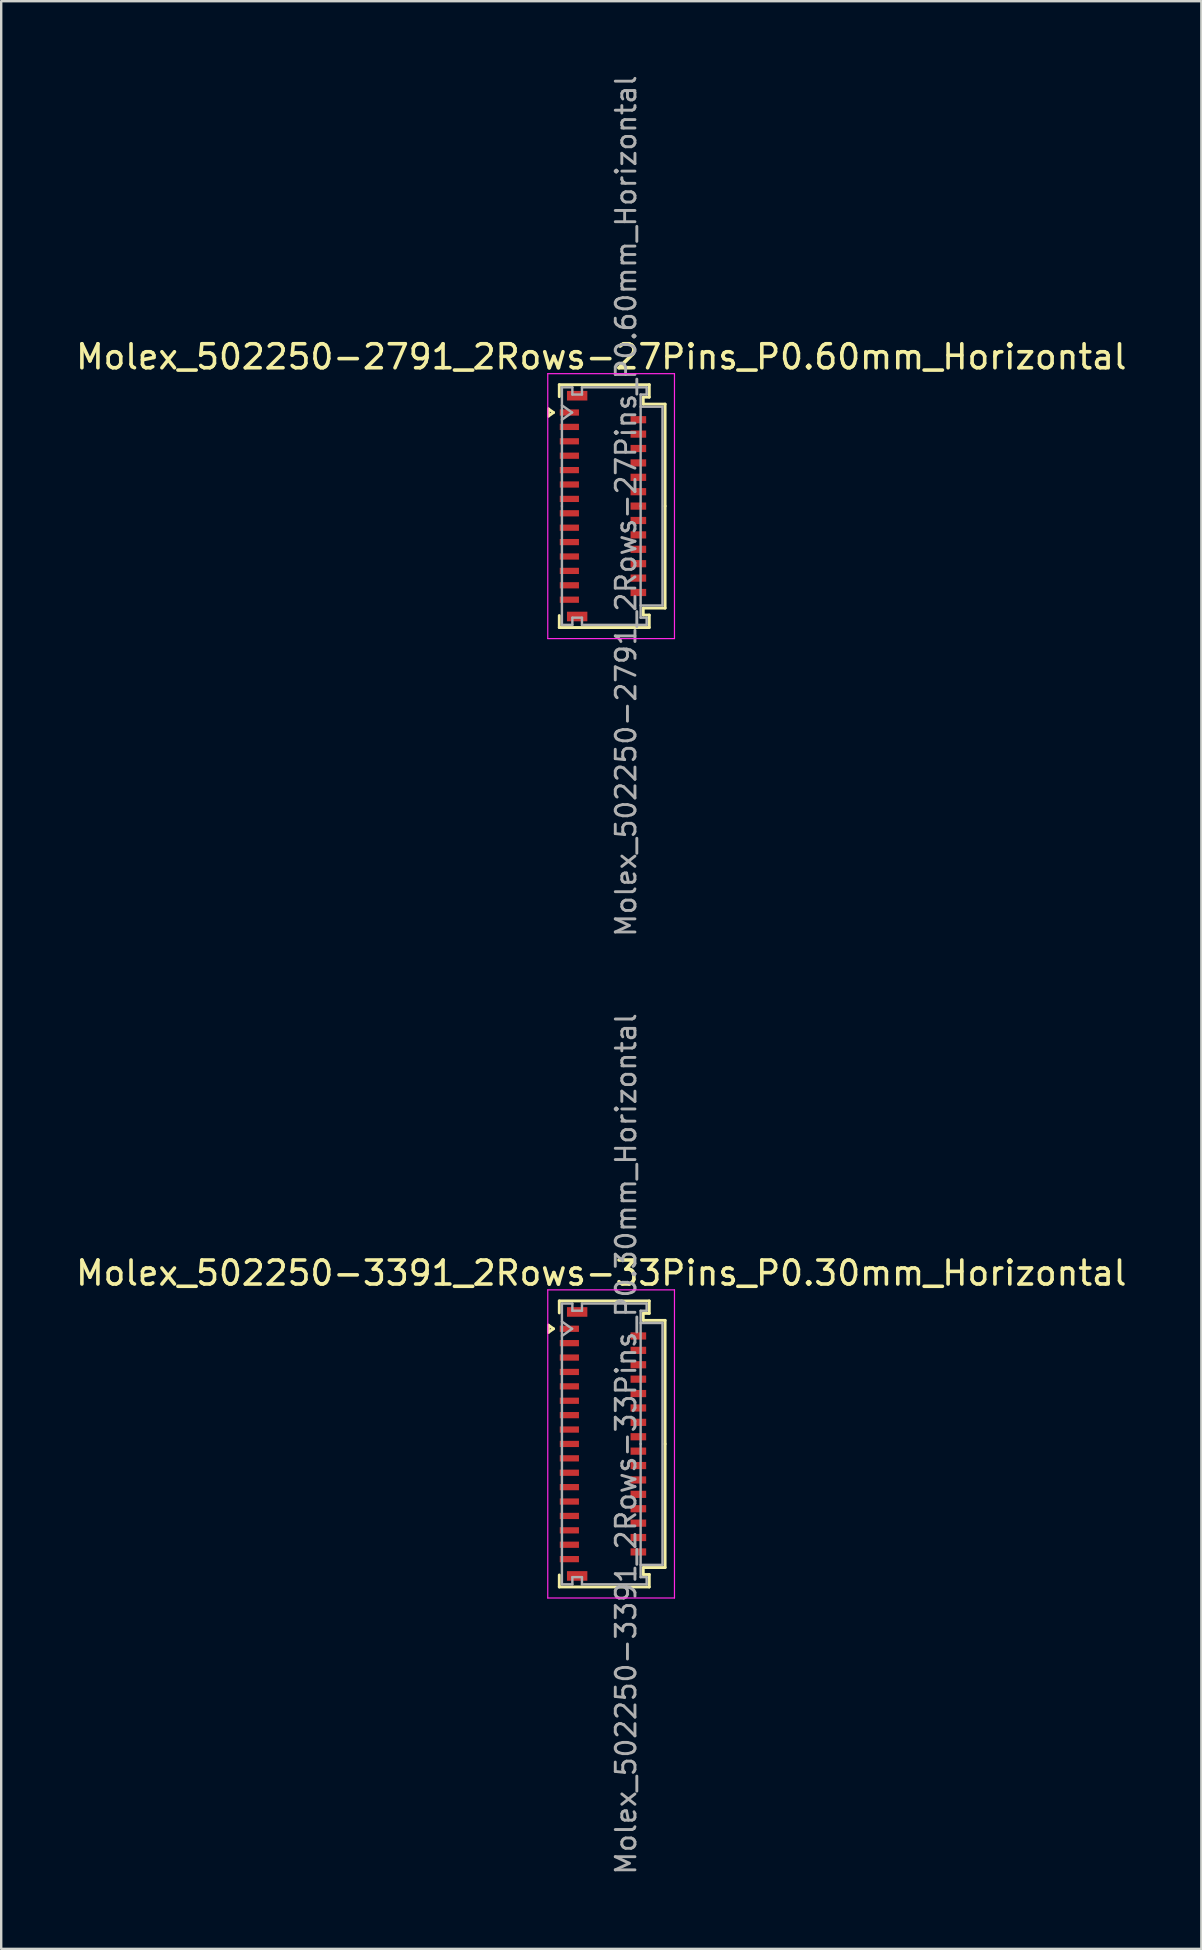
<source format=kicad_pcb>
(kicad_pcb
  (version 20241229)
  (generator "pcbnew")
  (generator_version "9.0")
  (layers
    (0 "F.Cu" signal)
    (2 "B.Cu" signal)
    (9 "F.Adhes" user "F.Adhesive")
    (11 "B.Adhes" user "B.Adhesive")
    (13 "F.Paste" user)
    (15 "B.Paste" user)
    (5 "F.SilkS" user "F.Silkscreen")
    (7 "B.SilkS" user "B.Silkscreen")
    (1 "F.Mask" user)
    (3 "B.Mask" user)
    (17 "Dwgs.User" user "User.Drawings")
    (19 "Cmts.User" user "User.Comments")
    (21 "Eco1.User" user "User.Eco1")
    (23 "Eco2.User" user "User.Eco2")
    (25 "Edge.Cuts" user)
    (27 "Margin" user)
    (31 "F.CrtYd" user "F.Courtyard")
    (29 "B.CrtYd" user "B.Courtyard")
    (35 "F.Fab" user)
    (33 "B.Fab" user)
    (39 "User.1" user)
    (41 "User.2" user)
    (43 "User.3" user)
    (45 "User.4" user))
  (footprint "Molex_502250-3391_2Rows-33Pins_P0.30mm_Horizontal"
    (layer "F.Cu")
    (at 22.076 57.121)
    (property "Reference" "Molex_502250-3391_2Rows-33Pins_P0.30mm_Horizontal" (at -0.07 -7.12 0) (layer "F.SilkS") (effects (font (size 1 1) (thickness 0.15))))
    (attr smd)
    (fp_line (start -2.272 -4.95) (end -2.06 -4.8) (stroke (width 0.12) (type solid)) (layer "F.SilkS"))
    (fp_line (start -2.272 -4.65) (end -2.272 -4.95) (stroke (width 0.12) (type solid)) (layer "F.SilkS"))
    (fp_line (start -2.06 -4.8) (end -2.272 -4.65) (stroke (width 0.12) (type solid)) (layer "F.SilkS"))
    (fp_line (start -1.82 -5.96) (end 1.93 -5.96) (stroke (width 0.12) (type solid)) (layer "F.SilkS"))
    (fp_line (start -1.82 -5.46) (end -1.82 -5.96) (stroke (width 0.12) (type solid)) (layer "F.SilkS"))
    (fp_line (start -1.82 5.46) (end -1.82 5.96) (stroke (width 0.12) (type solid)) (layer "F.SilkS"))
    (fp_line (start -1.82 5.96) (end 1.93 5.96) (stroke (width 0.12) (type solid)) (layer "F.SilkS"))
    (fp_line (start 1.68 -5.44) (end 1.68 -5.15) (stroke (width 0.12) (type solid)) (layer "F.SilkS"))
    (fp_line (start 1.68 -5.15) (end 2.59 -5.15) (stroke (width 0.12) (type solid)) (layer "F.SilkS"))
    (fp_line (start 1.68 5.15) (end 2.59 5.15) (stroke (width 0.12) (type solid)) (layer "F.SilkS"))
    (fp_line (start 1.68 5.44) (end 1.68 5.15) (stroke (width 0.12) (type solid)) (layer "F.SilkS"))
    (fp_line (start 1.93 -5.96) (end 1.93 -5.44) (stroke (width 0.12) (type solid)) (layer "F.SilkS"))
    (fp_line (start 1.93 -5.44) (end 1.68 -5.44) (stroke (width 0.12) (type solid)) (layer "F.SilkS"))
    (fp_line (start 1.93 5.44) (end 1.68 5.44) (stroke (width 0.12) (type solid)) (layer "F.SilkS"))
    (fp_line (start 1.93 5.96) (end 1.93 5.44) (stroke (width 0.12) (type solid)) (layer "F.SilkS"))
    (fp_line (start 2.59 -5.15) (end 2.59 0) (stroke (width 0.12) (type solid)) (layer "F.SilkS"))
    (fp_line (start 2.59 5.15) (end 2.59 0) (stroke (width 0.12) (type solid)) (layer "F.SilkS"))
    (fp_line (start -2.3 -6.42) (end -2.3 6.42) (stroke (width 0.05) (type solid)) (layer "F.CrtYd"))
    (fp_line (start -2.3 6.42) (end 2.98 6.42) (stroke (width 0.05) (type solid)) (layer "F.CrtYd"))
    (fp_line (start 2.98 -6.42) (end -2.3 -6.42) (stroke (width 0.05) (type solid)) (layer "F.CrtYd"))
    (fp_line (start 2.98 6.42) (end 2.98 -6.42) (stroke (width 0.05) (type solid)) (layer "F.CrtYd"))
    (fp_line (start -1.71 -5.85) (end -1.275 -5.85) (stroke (width 0.1) (type solid)) (layer "F.Fab"))
    (fp_line (start -1.71 -5.1) (end -1.286 -4.8) (stroke (width 0.1) (type solid)) (layer "F.Fab"))
    (fp_line (start -1.71 0) (end -1.71 -5.85) (stroke (width 0.1) (type solid)) (layer "F.Fab"))
    (fp_line (start -1.71 0) (end -1.71 5.85) (stroke (width 0.1) (type solid)) (layer "F.Fab"))
    (fp_line (start -1.71 5.85) (end -1.275 5.85) (stroke (width 0.1) (type solid)) (layer "F.Fab"))
    (fp_line (start -1.286 -4.8) (end -1.71 -4.5) (stroke (width 0.1) (type solid)) (layer "F.Fab"))
    (fp_line (start -1.275 -5.85) (end -1.275 -5.55) (stroke (width 0.1) (type solid)) (layer "F.Fab"))
    (fp_line (start -1.275 -5.55) (end -0.875 -5.55) (stroke (width 0.1) (type solid)) (layer "F.Fab"))
    (fp_line (start -1.275 5.55) (end -0.875 5.55) (stroke (width 0.1) (type solid)) (layer "F.Fab"))
    (fp_line (start -1.275 5.85) (end -1.275 5.55) (stroke (width 0.1) (type solid)) (layer "F.Fab"))
    (fp_line (start -0.875 -5.85) (end 1.82 -5.85) (stroke (width 0.1) (type solid)) (layer "F.Fab"))
    (fp_line (start -0.875 -5.55) (end -0.875 -5.85) (stroke (width 0.1) (type solid)) (layer "F.Fab"))
    (fp_line (start -0.875 5.55) (end -0.875 5.85) (stroke (width 0.1) (type solid)) (layer "F.Fab"))
    (fp_line (start -0.875 5.85) (end 1.82 5.85) (stroke (width 0.1) (type solid)) (layer "F.Fab"))
    (fp_line (start 1.57 -5.55) (end 1.57 0) (stroke (width 0.1) (type solid)) (layer "F.Fab"))
    (fp_line (start 1.57 -5.04) (end 2.48 -5.04) (stroke (width 0.1) (type solid)) (layer "F.Fab"))
    (fp_line (start 1.57 5.55) (end 1.57 0) (stroke (width 0.1) (type solid)) (layer "F.Fab"))
    (fp_line (start 1.82 -5.85) (end 1.82 -5.55) (stroke (width 0.1) (type solid)) (layer "F.Fab"))
    (fp_line (start 1.82 -5.55) (end 1.57 -5.55) (stroke (width 0.1) (type solid)) (layer "F.Fab"))
    (fp_line (start 1.82 5.55) (end 1.57 5.55) (stroke (width 0.1) (type solid)) (layer "F.Fab"))
    (fp_line (start 1.82 5.85) (end 1.82 5.55) (stroke (width 0.1) (type solid)) (layer "F.Fab"))
    (fp_line (start 2.48 -5.04) (end 2.48 5.04) (stroke (width 0.1) (type solid)) (layer "F.Fab"))
    (fp_line (start 2.48 5.04) (end 1.57 5.04) (stroke (width 0.1) (type solid)) (layer "F.Fab"))
    (fp_text user "${REFERENCE}" (at 0.96 0 90) (layer "F.Fab") (effects (font (size 0.82 0.82) (thickness 0.12))))
    (pad "" smd rect (at -1.075 -5.5) (size 0.85 0.4) (layers "F.Cu" "F.Mask" "F.Paste"))
    (pad "" smd rect (at -1.075 5.5) (size 0.85 0.4) (layers "F.Cu" "F.Mask" "F.Paste"))
    (pad "1" smd rect (at -1.4 -4.8) (size 0.8 0.26) (layers "F.Cu" "F.Mask" "F.Paste"))
    (pad "2" smd rect (at 1.475 -4.5) (size 0.65 0.3) (layers "F.Cu" "F.Mask" "F.Paste"))
    (pad "3" smd rect (at -1.4 -4.2) (size 0.8 0.26) (layers "F.Cu" "F.Mask" "F.Paste"))
    (pad "4" smd rect (at 1.475 -3.9) (size 0.65 0.3) (layers "F.Cu" "F.Mask" "F.Paste"))
    (pad "5" smd rect (at -1.4 -3.6) (size 0.8 0.26) (layers "F.Cu" "F.Mask" "F.Paste"))
    (pad "6" smd rect (at 1.475 -3.3) (size 0.65 0.3) (layers "F.Cu" "F.Mask" "F.Paste"))
    (pad "7" smd rect (at -1.4 -3) (size 0.8 0.26) (layers "F.Cu" "F.Mask" "F.Paste"))
    (pad "8" smd rect (at 1.475 -2.7) (size 0.65 0.3) (layers "F.Cu" "F.Mask" "F.Paste"))
    (pad "9" smd rect (at -1.4 -2.4) (size 0.8 0.26) (layers "F.Cu" "F.Mask" "F.Paste"))
    (pad "10" smd rect (at 1.475 -2.1) (size 0.65 0.3) (layers "F.Cu" "F.Mask" "F.Paste"))
    (pad "11" smd rect (at -1.4 -1.8) (size 0.8 0.26) (layers "F.Cu" "F.Mask" "F.Paste"))
    (pad "12" smd rect (at 1.475 -1.5) (size 0.65 0.3) (layers "F.Cu" "F.Mask" "F.Paste"))
    (pad "13" smd rect (at -1.4 -1.2) (size 0.8 0.26) (layers "F.Cu" "F.Mask" "F.Paste"))
    (pad "14" smd rect (at 1.475 -0.9) (size 0.65 0.3) (layers "F.Cu" "F.Mask" "F.Paste"))
    (pad "15" smd rect (at -1.4 -0.6) (size 0.8 0.26) (layers "F.Cu" "F.Mask" "F.Paste"))
    (pad "16" smd rect (at 1.475 -0.3) (size 0.65 0.3) (layers "F.Cu" "F.Mask" "F.Paste"))
    (pad "17" smd rect (at -1.4 0) (size 0.8 0.26) (layers "F.Cu" "F.Mask" "F.Paste"))
    (pad "18" smd rect (at 1.475 0.3) (size 0.65 0.3) (layers "F.Cu" "F.Mask" "F.Paste"))
    (pad "19" smd rect (at -1.4 0.6) (size 0.8 0.26) (layers "F.Cu" "F.Mask" "F.Paste"))
    (pad "20" smd rect (at 1.475 0.9) (size 0.65 0.3) (layers "F.Cu" "F.Mask" "F.Paste"))
    (pad "21" smd rect (at -1.4 1.2) (size 0.8 0.26) (layers "F.Cu" "F.Mask" "F.Paste"))
    (pad "22" smd rect (at 1.475 1.5) (size 0.65 0.3) (layers "F.Cu" "F.Mask" "F.Paste"))
    (pad "23" smd rect (at -1.4 1.8) (size 0.8 0.26) (layers "F.Cu" "F.Mask" "F.Paste"))
    (pad "24" smd rect (at 1.475 2.1) (size 0.65 0.3) (layers "F.Cu" "F.Mask" "F.Paste"))
    (pad "25" smd rect (at -1.4 2.4) (size 0.8 0.26) (layers "F.Cu" "F.Mask" "F.Paste"))
    (pad "26" smd rect (at 1.475 2.7) (size 0.65 0.3) (layers "F.Cu" "F.Mask" "F.Paste"))
    (pad "27" smd rect (at -1.4 3) (size 0.8 0.26) (layers "F.Cu" "F.Mask" "F.Paste"))
    (pad "28" smd rect (at 1.475 3.3) (size 0.65 0.3) (layers "F.Cu" "F.Mask" "F.Paste"))
    (pad "29" smd rect (at -1.4 3.6) (size 0.8 0.26) (layers "F.Cu" "F.Mask" "F.Paste"))
    (pad "30" smd rect (at 1.475 3.9) (size 0.65 0.3) (layers "F.Cu" "F.Mask" "F.Paste"))
    (pad "31" smd rect (at -1.4 4.2) (size 0.8 0.26) (layers "F.Cu" "F.Mask" "F.Paste"))
    (pad "32" smd rect (at 1.475 4.5) (size 0.65 0.3) (layers "F.Cu" "F.Mask" "F.Paste"))
    (pad "33" smd rect (at -1.4 4.8) (size 0.8 0.26) (layers "F.Cu" "F.Mask" "F.Paste")))
  (footprint "Molex_502250-2791_2Rows-27Pins_P0.60mm_Horizontal"
    (layer "F.Cu")
    (at 22.076 18.04)
    (property "Reference" "Molex_502250-2791_2Rows-27Pins_P0.60mm_Horizontal" (at -0.07 -6.22 0) (layer "F.SilkS") (effects (font (size 1 1) (thickness 0.15))))
    (attr smd)
    (fp_line (start -2.272 -4.05) (end -2.06 -3.9) (stroke (width 0.12) (type solid)) (layer "F.SilkS"))
    (fp_line (start -2.272 -3.75) (end -2.272 -4.05) (stroke (width 0.12) (type solid)) (layer "F.SilkS"))
    (fp_line (start -2.06 -3.9) (end -2.272 -3.75) (stroke (width 0.12) (type solid)) (layer "F.SilkS"))
    (fp_line (start -1.82 -5.06) (end 1.93 -5.06) (stroke (width 0.12) (type solid)) (layer "F.SilkS"))
    (fp_line (start -1.82 -4.56) (end -1.82 -5.06) (stroke (width 0.12) (type solid)) (layer "F.SilkS"))
    (fp_line (start -1.82 4.56) (end -1.82 5.06) (stroke (width 0.12) (type solid)) (layer "F.SilkS"))
    (fp_line (start -1.82 5.06) (end 1.93 5.06) (stroke (width 0.12) (type solid)) (layer "F.SilkS"))
    (fp_line (start 1.68 -4.54) (end 1.68 -4.25) (stroke (width 0.12) (type solid)) (layer "F.SilkS"))
    (fp_line (start 1.68 -4.25) (end 2.59 -4.25) (stroke (width 0.12) (type solid)) (layer "F.SilkS"))
    (fp_line (start 1.68 4.25) (end 2.59 4.25) (stroke (width 0.12) (type solid)) (layer "F.SilkS"))
    (fp_line (start 1.68 4.54) (end 1.68 4.25) (stroke (width 0.12) (type solid)) (layer "F.SilkS"))
    (fp_line (start 1.93 -5.06) (end 1.93 -4.54) (stroke (width 0.12) (type solid)) (layer "F.SilkS"))
    (fp_line (start 1.93 -4.54) (end 1.68 -4.54) (stroke (width 0.12) (type solid)) (layer "F.SilkS"))
    (fp_line (start 1.93 4.54) (end 1.68 4.54) (stroke (width 0.12) (type solid)) (layer "F.SilkS"))
    (fp_line (start 1.93 5.06) (end 1.93 4.54) (stroke (width 0.12) (type solid)) (layer "F.SilkS"))
    (fp_line (start 2.59 -4.25) (end 2.59 0) (stroke (width 0.12) (type solid)) (layer "F.SilkS"))
    (fp_line (start 2.59 4.25) (end 2.59 0) (stroke (width 0.12) (type solid)) (layer "F.SilkS"))
    (fp_line (start -2.3 -5.52) (end -2.3 5.52) (stroke (width 0.05) (type solid)) (layer "F.CrtYd"))
    (fp_line (start -2.3 5.52) (end 2.98 5.52) (stroke (width 0.05) (type solid)) (layer "F.CrtYd"))
    (fp_line (start 2.98 -5.52) (end -2.3 -5.52) (stroke (width 0.05) (type solid)) (layer "F.CrtYd"))
    (fp_line (start 2.98 5.52) (end 2.98 -5.52) (stroke (width 0.05) (type solid)) (layer "F.CrtYd"))
    (fp_line (start -1.71 -4.95) (end -1.275 -4.95) (stroke (width 0.1) (type solid)) (layer "F.Fab"))
    (fp_line (start -1.71 -4.2) (end -1.286 -3.9) (stroke (width 0.1) (type solid)) (layer "F.Fab"))
    (fp_line (start -1.71 0) (end -1.71 -4.95) (stroke (width 0.1) (type solid)) (layer "F.Fab"))
    (fp_line (start -1.71 0) (end -1.71 4.95) (stroke (width 0.1) (type solid)) (layer "F.Fab"))
    (fp_line (start -1.71 4.95) (end -1.275 4.95) (stroke (width 0.1) (type solid)) (layer "F.Fab"))
    (fp_line (start -1.286 -3.9) (end -1.71 -3.6) (stroke (width 0.1) (type solid)) (layer "F.Fab"))
    (fp_line (start -1.275 -4.95) (end -1.275 -4.65) (stroke (width 0.1) (type solid)) (layer "F.Fab"))
    (fp_line (start -1.275 -4.65) (end -0.875 -4.65) (stroke (width 0.1) (type solid)) (layer "F.Fab"))
    (fp_line (start -1.275 4.65) (end -0.875 4.65) (stroke (width 0.1) (type solid)) (layer "F.Fab"))
    (fp_line (start -1.275 4.95) (end -1.275 4.65) (stroke (width 0.1) (type solid)) (layer "F.Fab"))
    (fp_line (start -0.875 -4.95) (end 1.82 -4.95) (stroke (width 0.1) (type solid)) (layer "F.Fab"))
    (fp_line (start -0.875 -4.65) (end -0.875 -4.95) (stroke (width 0.1) (type solid)) (layer "F.Fab"))
    (fp_line (start -0.875 4.65) (end -0.875 4.95) (stroke (width 0.1) (type solid)) (layer "F.Fab"))
    (fp_line (start -0.875 4.95) (end 1.82 4.95) (stroke (width 0.1) (type solid)) (layer "F.Fab"))
    (fp_line (start 1.57 -4.65) (end 1.57 0) (stroke (width 0.1) (type solid)) (layer "F.Fab"))
    (fp_line (start 1.57 -4.14) (end 2.48 -4.14) (stroke (width 0.1) (type solid)) (layer "F.Fab"))
    (fp_line (start 1.57 4.65) (end 1.57 0) (stroke (width 0.1) (type solid)) (layer "F.Fab"))
    (fp_line (start 1.82 -4.95) (end 1.82 -4.65) (stroke (width 0.1) (type solid)) (layer "F.Fab"))
    (fp_line (start 1.82 -4.65) (end 1.57 -4.65) (stroke (width 0.1) (type solid)) (layer "F.Fab"))
    (fp_line (start 1.82 4.65) (end 1.57 4.65) (stroke (width 0.1) (type solid)) (layer "F.Fab"))
    (fp_line (start 1.82 4.95) (end 1.82 4.65) (stroke (width 0.1) (type solid)) (layer "F.Fab"))
    (fp_line (start 2.48 -4.14) (end 2.48 4.14) (stroke (width 0.1) (type solid)) (layer "F.Fab"))
    (fp_line (start 2.48 4.14) (end 1.57 4.14) (stroke (width 0.1) (type solid)) (layer "F.Fab"))
    (fp_text user "${REFERENCE}" (at 0.96 0 90) (layer "F.Fab") (effects (font (size 0.82 0.82) (thickness 0.12))))
    (pad "" smd rect (at -1.075 -4.6) (size 0.85 0.4) (layers "F.Cu" "F.Mask" "F.Paste"))
    (pad "" smd rect (at -1.075 4.6) (size 0.85 0.4) (layers "F.Cu" "F.Mask" "F.Paste"))
    (pad "1" smd rect (at -1.4 -3.9) (size 0.8 0.26) (layers "F.Cu" "F.Mask" "F.Paste"))
    (pad "2" smd rect (at 1.475 -3.6) (size 0.65 0.3) (layers "F.Cu" "F.Mask" "F.Paste"))
    (pad "3" smd rect (at -1.4 -3.3) (size 0.8 0.26) (layers "F.Cu" "F.Mask" "F.Paste"))
    (pad "4" smd rect (at 1.475 -3) (size 0.65 0.3) (layers "F.Cu" "F.Mask" "F.Paste"))
    (pad "5" smd rect (at -1.4 -2.7) (size 0.8 0.26) (layers "F.Cu" "F.Mask" "F.Paste"))
    (pad "6" smd rect (at 1.475 -2.4) (size 0.65 0.3) (layers "F.Cu" "F.Mask" "F.Paste"))
    (pad "7" smd rect (at -1.4 -2.1) (size 0.8 0.26) (layers "F.Cu" "F.Mask" "F.Paste"))
    (pad "8" smd rect (at 1.475 -1.8) (size 0.65 0.3) (layers "F.Cu" "F.Mask" "F.Paste"))
    (pad "9" smd rect (at -1.4 -1.5) (size 0.8 0.26) (layers "F.Cu" "F.Mask" "F.Paste"))
    (pad "10" smd rect (at 1.475 -1.2) (size 0.65 0.3) (layers "F.Cu" "F.Mask" "F.Paste"))
    (pad "11" smd rect (at -1.4 -0.9) (size 0.8 0.26) (layers "F.Cu" "F.Mask" "F.Paste"))
    (pad "12" smd rect (at 1.475 -0.6) (size 0.65 0.3) (layers "F.Cu" "F.Mask" "F.Paste"))
    (pad "13" smd rect (at -1.4 -0.3) (size 0.8 0.26) (layers "F.Cu" "F.Mask" "F.Paste"))
    (pad "14" smd rect (at 1.475 0) (size 0.65 0.3) (layers "F.Cu" "F.Mask" "F.Paste"))
    (pad "15" smd rect (at -1.4 0.3) (size 0.8 0.26) (layers "F.Cu" "F.Mask" "F.Paste"))
    (pad "16" smd rect (at 1.475 0.6) (size 0.65 0.3) (layers "F.Cu" "F.Mask" "F.Paste"))
    (pad "17" smd rect (at -1.4 0.9) (size 0.8 0.26) (layers "F.Cu" "F.Mask" "F.Paste"))
    (pad "18" smd rect (at 1.475 1.2) (size 0.65 0.3) (layers "F.Cu" "F.Mask" "F.Paste"))
    (pad "19" smd rect (at -1.4 1.5) (size 0.8 0.26) (layers "F.Cu" "F.Mask" "F.Paste"))
    (pad "20" smd rect (at 1.475 1.8) (size 0.65 0.3) (layers "F.Cu" "F.Mask" "F.Paste"))
    (pad "21" smd rect (at -1.4 2.1) (size 0.8 0.26) (layers "F.Cu" "F.Mask" "F.Paste"))
    (pad "22" smd rect (at 1.475 2.4) (size 0.65 0.3) (layers "F.Cu" "F.Mask" "F.Paste"))
    (pad "23" smd rect (at -1.4 2.7) (size 0.8 0.26) (layers "F.Cu" "F.Mask" "F.Paste"))
    (pad "24" smd rect (at 1.475 3) (size 0.65 0.3) (layers "F.Cu" "F.Mask" "F.Paste"))
    (pad "25" smd rect (at -1.4 3.3) (size 0.8 0.26) (layers "F.Cu" "F.Mask" "F.Paste"))
    (pad "26" smd rect (at 1.475 3.6) (size 0.65 0.3) (layers "F.Cu" "F.Mask" "F.Paste"))
    (pad "27" smd rect (at -1.4 3.9) (size 0.8 0.26) (layers "F.Cu" "F.Mask" "F.Paste")))
  (gr_rect
    (start -3 -3)
    (end 47.012 78.162)
    (stroke (width 0.1) (type default))
    (fill no)
    (layer "Edge.Cuts")))
</source>
